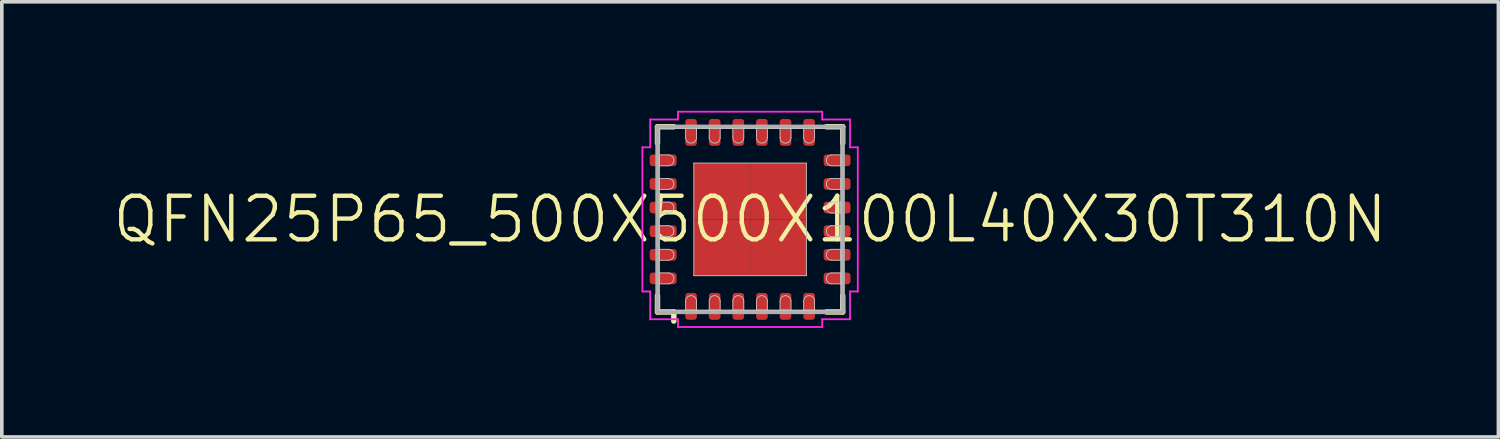
<source format=kicad_pcb>
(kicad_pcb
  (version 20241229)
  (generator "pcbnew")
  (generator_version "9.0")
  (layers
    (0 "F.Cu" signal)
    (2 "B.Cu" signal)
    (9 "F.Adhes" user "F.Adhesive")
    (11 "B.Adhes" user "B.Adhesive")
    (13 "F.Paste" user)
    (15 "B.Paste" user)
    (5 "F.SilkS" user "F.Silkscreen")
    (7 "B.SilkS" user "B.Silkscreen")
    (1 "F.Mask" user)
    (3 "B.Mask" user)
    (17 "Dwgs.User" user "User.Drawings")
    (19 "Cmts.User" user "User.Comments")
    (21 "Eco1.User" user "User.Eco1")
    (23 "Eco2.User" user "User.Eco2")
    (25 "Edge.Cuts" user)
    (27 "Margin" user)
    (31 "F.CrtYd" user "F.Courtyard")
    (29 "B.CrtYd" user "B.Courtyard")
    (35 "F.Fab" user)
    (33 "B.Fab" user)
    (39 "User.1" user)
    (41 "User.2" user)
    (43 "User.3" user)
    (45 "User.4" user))
  (footprint "QFN25P65_500X500X100L40X30T310N"
    (layer "F.Cu")
    (at 17.603 2.99)
    (property "Reference" "QFN25P65_500X500X100L40X30T310N" (at 0 0 0) (layer "F.SilkS") (effects (font (size 1.2 1.2) (thickness 0.12))))
    (attr smd)
    (fp_line (start -2.55 -2.55) (end -2.55 -2.1) (stroke (width 0.15) (type solid)) (layer "F.SilkS"))
    (fp_line (start -2.55 2.55) (end -2.55 2.1) (stroke (width 0.15) (type solid)) (layer "F.SilkS"))
    (fp_line (start -2.1 -2.55) (end -2.55 -2.55) (stroke (width 0.15) (type solid)) (layer "F.SilkS"))
    (fp_line (start -2.1 2.55) (end -2.55 2.55) (stroke (width 0.15) (type solid)) (layer "F.SilkS"))
    (fp_line (start -2.1 2.8) (end -2.1 2.55) (stroke (width 0.15) (type solid)) (layer "F.SilkS"))
    (fp_line (start 2.1 -2.55) (end 2.55 -2.55) (stroke (width 0.15) (type solid)) (layer "F.SilkS"))
    (fp_line (start 2.1 2.55) (end 2.55 2.55) (stroke (width 0.15) (type solid)) (layer "F.SilkS"))
    (fp_line (start 2.55 -2.55) (end 2.55 -2.1) (stroke (width 0.15) (type solid)) (layer "F.SilkS"))
    (fp_line (start 2.55 2.55) (end 2.55 2.1) (stroke (width 0.15) (type solid)) (layer "F.SilkS"))
    (fp_line (start -2.5 -2.5) (end 2.5 -2.5) (stroke (width 0.025) (type solid)) (layer "Dwgs.User"))
    (fp_line (start -2.5 -1.775) (end -2.5 -1.475) (stroke (width 0.025) (type solid)) (layer "Dwgs.User"))
    (fp_line (start -2.5 -1.475) (end -2.25 -1.475) (stroke (width 0.025) (type solid)) (layer "Dwgs.User"))
    (fp_line (start -2.5 -1.125) (end -2.5 -0.825) (stroke (width 0.025) (type solid)) (layer "Dwgs.User"))
    (fp_line (start -2.5 -0.825) (end -2.25 -0.825) (stroke (width 0.025) (type solid)) (layer "Dwgs.User"))
    (fp_line (start -2.5 -0.475) (end -2.5 -0.175) (stroke (width 0.025) (type solid)) (layer "Dwgs.User"))
    (fp_line (start -2.5 -0.175) (end -2.25 -0.175) (stroke (width 0.025) (type solid)) (layer "Dwgs.User"))
    (fp_line (start -2.5 0.175) (end -2.5 0.475) (stroke (width 0.025) (type solid)) (layer "Dwgs.User"))
    (fp_line (start -2.5 0.475) (end -2.25 0.475) (stroke (width 0.025) (type solid)) (layer "Dwgs.User"))
    (fp_line (start -2.5 0.825) (end -2.5 1.125) (stroke (width 0.025) (type solid)) (layer "Dwgs.User"))
    (fp_line (start -2.5 1.125) (end -2.25 1.125) (stroke (width 0.025) (type solid)) (layer "Dwgs.User"))
    (fp_line (start -2.5 1.475) (end -2.5 1.775) (stroke (width 0.025) (type solid)) (layer "Dwgs.User"))
    (fp_line (start -2.5 1.775) (end -2.25 1.775) (stroke (width 0.025) (type solid)) (layer "Dwgs.User"))
    (fp_line (start -2.5 2.5) (end -2.5 -2.5) (stroke (width 0.025) (type solid)) (layer "Dwgs.User"))
    (fp_line (start -2.25 -1.775) (end -2.5 -1.775) (stroke (width 0.025) (type solid)) (layer "Dwgs.User"))
    (fp_line (start -2.25 -1.125) (end -2.5 -1.125) (stroke (width 0.025) (type solid)) (layer "Dwgs.User"))
    (fp_line (start -2.25 -0.475) (end -2.5 -0.475) (stroke (width 0.025) (type solid)) (layer "Dwgs.User"))
    (fp_line (start -2.25 0.175) (end -2.5 0.175) (stroke (width 0.025) (type solid)) (layer "Dwgs.User"))
    (fp_line (start -2.25 0.825) (end -2.5 0.825) (stroke (width 0.025) (type solid)) (layer "Dwgs.User"))
    (fp_line (start -2.25 1.475) (end -2.5 1.475) (stroke (width 0.025) (type solid)) (layer "Dwgs.User"))
    (fp_line (start -1.775 -2.5) (end -1.775 -2.25) (stroke (width 0.025) (type solid)) (layer "Dwgs.User"))
    (fp_line (start -1.775 2.25) (end -1.775 2.5) (stroke (width 0.025) (type solid)) (layer "Dwgs.User"))
    (fp_line (start -1.775 2.5) (end -1.475 2.5) (stroke (width 0.025) (type solid)) (layer "Dwgs.User"))
    (fp_line (start -1.55 -1.55) (end 1.55 -1.55) (stroke (width 0.025) (type solid)) (layer "Dwgs.User"))
    (fp_line (start -1.55 1.55) (end -1.55 -1.55) (stroke (width 0.025) (type solid)) (layer "Dwgs.User"))
    (fp_line (start -1.475 -2.5) (end -1.775 -2.5) (stroke (width 0.025) (type solid)) (layer "Dwgs.User"))
    (fp_line (start -1.475 -2.25) (end -1.475 -2.5) (stroke (width 0.025) (type solid)) (layer "Dwgs.User"))
    (fp_line (start -1.475 2.5) (end -1.475 2.25) (stroke (width 0.025) (type solid)) (layer "Dwgs.User"))
    (fp_line (start -1.125 -2.5) (end -1.125 -2.25) (stroke (width 0.025) (type solid)) (layer "Dwgs.User"))
    (fp_line (start -1.125 2.25) (end -1.125 2.5) (stroke (width 0.025) (type solid)) (layer "Dwgs.User"))
    (fp_line (start -1.125 2.5) (end -0.825 2.5) (stroke (width 0.025) (type solid)) (layer "Dwgs.User"))
    (fp_line (start -0.825 -2.5) (end -1.125 -2.5) (stroke (width 0.025) (type solid)) (layer "Dwgs.User"))
    (fp_line (start -0.825 -2.25) (end -0.825 -2.5) (stroke (width 0.025) (type solid)) (layer "Dwgs.User"))
    (fp_line (start -0.825 2.5) (end -0.825 2.25) (stroke (width 0.025) (type solid)) (layer "Dwgs.User"))
    (fp_line (start -0.475 -2.5) (end -0.475 -2.25) (stroke (width 0.025) (type solid)) (layer "Dwgs.User"))
    (fp_line (start -0.475 2.25) (end -0.475 2.5) (stroke (width 0.025) (type solid)) (layer "Dwgs.User"))
    (fp_line (start -0.475 2.5) (end -0.175 2.5) (stroke (width 0.025) (type solid)) (layer "Dwgs.User"))
    (fp_line (start -0.175 -2.5) (end -0.475 -2.5) (stroke (width 0.025) (type solid)) (layer "Dwgs.User"))
    (fp_line (start -0.175 -2.25) (end -0.175 -2.5) (stroke (width 0.025) (type solid)) (layer "Dwgs.User"))
    (fp_line (start -0.175 2.5) (end -0.175 2.25) (stroke (width 0.025) (type solid)) (layer "Dwgs.User"))
    (fp_line (start 0.175 -2.5) (end 0.175 -2.25) (stroke (width 0.025) (type solid)) (layer "Dwgs.User"))
    (fp_line (start 0.175 2.25) (end 0.175 2.5) (stroke (width 0.025) (type solid)) (layer "Dwgs.User"))
    (fp_line (start 0.175 2.5) (end 0.475 2.5) (stroke (width 0.025) (type solid)) (layer "Dwgs.User"))
    (fp_line (start 0.475 -2.5) (end 0.175 -2.5) (stroke (width 0.025) (type solid)) (layer "Dwgs.User"))
    (fp_line (start 0.475 -2.25) (end 0.475 -2.5) (stroke (width 0.025) (type solid)) (layer "Dwgs.User"))
    (fp_line (start 0.475 2.5) (end 0.475 2.25) (stroke (width 0.025) (type solid)) (layer "Dwgs.User"))
    (fp_line (start 0.825 -2.5) (end 0.825 -2.25) (stroke (width 0.025) (type solid)) (layer "Dwgs.User"))
    (fp_line (start 0.825 2.25) (end 0.825 2.5) (stroke (width 0.025) (type solid)) (layer "Dwgs.User"))
    (fp_line (start 0.825 2.5) (end 1.125 2.5) (stroke (width 0.025) (type solid)) (layer "Dwgs.User"))
    (fp_line (start 1.125 -2.5) (end 0.825 -2.5) (stroke (width 0.025) (type solid)) (layer "Dwgs.User"))
    (fp_line (start 1.125 -2.25) (end 1.125 -2.5) (stroke (width 0.025) (type solid)) (layer "Dwgs.User"))
    (fp_line (start 1.125 2.5) (end 1.125 2.25) (stroke (width 0.025) (type solid)) (layer "Dwgs.User"))
    (fp_line (start 1.475 -2.5) (end 1.475 -2.25) (stroke (width 0.025) (type solid)) (layer "Dwgs.User"))
    (fp_line (start 1.475 2.25) (end 1.475 2.5) (stroke (width 0.025) (type solid)) (layer "Dwgs.User"))
    (fp_line (start 1.475 2.5) (end 1.775 2.5) (stroke (width 0.025) (type solid)) (layer "Dwgs.User"))
    (fp_line (start 1.55 -1.55) (end 1.55 1.55) (stroke (width 0.025) (type solid)) (layer "Dwgs.User"))
    (fp_line (start 1.55 1.55) (end -1.55 1.55) (stroke (width 0.025) (type solid)) (layer "Dwgs.User"))
    (fp_line (start 1.775 -2.5) (end 1.475 -2.5) (stroke (width 0.025) (type solid)) (layer "Dwgs.User"))
    (fp_line (start 1.775 -2.25) (end 1.775 -2.5) (stroke (width 0.025) (type solid)) (layer "Dwgs.User"))
    (fp_line (start 1.775 2.5) (end 1.775 2.25) (stroke (width 0.025) (type solid)) (layer "Dwgs.User"))
    (fp_line (start 2.25 -1.475) (end 2.5 -1.475) (stroke (width 0.025) (type solid)) (layer "Dwgs.User"))
    (fp_line (start 2.25 -0.825) (end 2.5 -0.825) (stroke (width 0.025) (type solid)) (layer "Dwgs.User"))
    (fp_line (start 2.25 -0.175) (end 2.5 -0.175) (stroke (width 0.025) (type solid)) (layer "Dwgs.User"))
    (fp_line (start 2.25 0.475) (end 2.5 0.475) (stroke (width 0.025) (type solid)) (layer "Dwgs.User"))
    (fp_line (start 2.25 1.125) (end 2.5 1.125) (stroke (width 0.025) (type solid)) (layer "Dwgs.User"))
    (fp_line (start 2.25 1.775) (end 2.5 1.775) (stroke (width 0.025) (type solid)) (layer "Dwgs.User"))
    (fp_line (start 2.5 -2.5) (end 2.5 2.5) (stroke (width 0.025) (type solid)) (layer "Dwgs.User"))
    (fp_line (start 2.5 -1.775) (end 2.25 -1.775) (stroke (width 0.025) (type solid)) (layer "Dwgs.User"))
    (fp_line (start 2.5 -1.475) (end 2.5 -1.775) (stroke (width 0.025) (type solid)) (layer "Dwgs.User"))
    (fp_line (start 2.5 -1.125) (end 2.25 -1.125) (stroke (width 0.025) (type solid)) (layer "Dwgs.User"))
    (fp_line (start 2.5 -0.825) (end 2.5 -1.125) (stroke (width 0.025) (type solid)) (layer "Dwgs.User"))
    (fp_line (start 2.5 -0.475) (end 2.25 -0.475) (stroke (width 0.025) (type solid)) (layer "Dwgs.User"))
    (fp_line (start 2.5 -0.175) (end 2.5 -0.475) (stroke (width 0.025) (type solid)) (layer "Dwgs.User"))
    (fp_line (start 2.5 0.175) (end 2.25 0.175) (stroke (width 0.025) (type solid)) (layer "Dwgs.User"))
    (fp_line (start 2.5 0.475) (end 2.5 0.175) (stroke (width 0.025) (type solid)) (layer "Dwgs.User"))
    (fp_line (start 2.5 0.825) (end 2.25 0.825) (stroke (width 0.025) (type solid)) (layer "Dwgs.User"))
    (fp_line (start 2.5 1.125) (end 2.5 0.825) (stroke (width 0.025) (type solid)) (layer "Dwgs.User"))
    (fp_line (start 2.5 1.475) (end 2.25 1.475) (stroke (width 0.025) (type solid)) (layer "Dwgs.User"))
    (fp_line (start 2.5 1.775) (end 2.5 1.475) (stroke (width 0.025) (type solid)) (layer "Dwgs.User"))
    (fp_line (start 2.5 2.5) (end -2.5 2.5) (stroke (width 0.025) (type solid)) (layer "Dwgs.User"))
    (fp_arc (start -2.25 -1.775) (mid -2.1 -1.625) (end -2.25 -1.475) (stroke (width 0.025) (type solid)) (layer "Dwgs.User"))
    (fp_arc (start -2.25 -1.125) (mid -2.1 -0.975) (end -2.25 -0.825) (stroke (width 0.025) (type solid)) (layer "Dwgs.User"))
    (fp_arc (start -2.25 -0.475) (mid -2.1 -0.325) (end -2.25 -0.175) (stroke (width 0.025) (type solid)) (layer "Dwgs.User"))
    (fp_arc (start -2.25 0.175) (mid -2.1 0.325) (end -2.25 0.475) (stroke (width 0.025) (type solid)) (layer "Dwgs.User"))
    (fp_arc (start -2.25 0.825) (mid -2.1 0.975) (end -2.25 1.125) (stroke (width 0.025) (type solid)) (layer "Dwgs.User"))
    (fp_arc (start -2.25 1.475) (mid -2.1 1.625) (end -2.25 1.775) (stroke (width 0.025) (type solid)) (layer "Dwgs.User"))
    (fp_arc (start -1.775 2.25) (mid -1.625 2.1) (end -1.475 2.25) (stroke (width 0.025) (type solid)) (layer "Dwgs.User"))
    (fp_arc (start -1.475 -2.25) (mid -1.625 -2.1) (end -1.775 -2.25) (stroke (width 0.025) (type solid)) (layer "Dwgs.User"))
    (fp_arc (start -1.125 2.25) (mid -0.975 2.1) (end -0.825 2.25) (stroke (width 0.025) (type solid)) (layer "Dwgs.User"))
    (fp_arc (start -0.825 -2.25) (mid -0.975 -2.1) (end -1.125 -2.25) (stroke (width 0.025) (type solid)) (layer "Dwgs.User"))
    (fp_arc (start -0.475 2.25) (mid -0.325 2.1) (end -0.175 2.25) (stroke (width 0.025) (type solid)) (layer "Dwgs.User"))
    (fp_arc (start -0.175 -2.25) (mid -0.325 -2.1) (end -0.475 -2.25) (stroke (width 0.025) (type solid)) (layer "Dwgs.User"))
    (fp_arc (start 0.175 2.25) (mid 0.325 2.1) (end 0.475 2.25) (stroke (width 0.025) (type solid)) (layer "Dwgs.User"))
    (fp_arc (start 0.475 -2.25) (mid 0.325 -2.1) (end 0.175 -2.25) (stroke (width 0.025) (type solid)) (layer "Dwgs.User"))
    (fp_arc (start 0.825 2.25) (mid 0.975 2.1) (end 1.125 2.25) (stroke (width 0.025) (type solid)) (layer "Dwgs.User"))
    (fp_arc (start 1.125 -2.25) (mid 0.975 -2.1) (end 0.825 -2.25) (stroke (width 0.025) (type solid)) (layer "Dwgs.User"))
    (fp_arc (start 1.475 2.25) (mid 1.625 2.1) (end 1.775 2.25) (stroke (width 0.025) (type solid)) (layer "Dwgs.User"))
    (fp_arc (start 1.775 -2.25) (mid 1.625 -2.1) (end 1.475 -2.25) (stroke (width 0.025) (type solid)) (layer "Dwgs.User"))
    (fp_arc (start 2.25 -1.475) (mid 2.1 -1.625) (end 2.25 -1.775) (stroke (width 0.025) (type solid)) (layer "Dwgs.User"))
    (fp_arc (start 2.25 -0.825) (mid 2.1 -0.975) (end 2.25 -1.125) (stroke (width 0.025) (type solid)) (layer "Dwgs.User"))
    (fp_arc (start 2.25 -0.175) (mid 2.1 -0.325) (end 2.25 -0.475) (stroke (width 0.025) (type solid)) (layer "Dwgs.User"))
    (fp_arc (start 2.25 0.475) (mid 2.1 0.325) (end 2.25 0.175) (stroke (width 0.025) (type solid)) (layer "Dwgs.User"))
    (fp_arc (start 2.25 1.125) (mid 2.1 0.975) (end 2.25 0.825) (stroke (width 0.025) (type solid)) (layer "Dwgs.User"))
    (fp_arc (start 2.25 1.775) (mid 2.1 1.625) (end 2.25 1.475) (stroke (width 0.025) (type solid)) (layer "Dwgs.User"))
    (fp_line (start -2.965 -1.985) (end -2.965 1.985) (stroke (width 0.05) (type solid)) (layer "F.CrtYd"))
    (fp_line (start -2.965 1.985) (end -2.75 1.985) (stroke (width 0.05) (type solid)) (layer "F.CrtYd"))
    (fp_line (start -2.75 -2.75) (end -2.75 -1.985) (stroke (width 0.05) (type solid)) (layer "F.CrtYd"))
    (fp_line (start -2.75 -1.985) (end -2.965 -1.985) (stroke (width 0.05) (type solid)) (layer "F.CrtYd"))
    (fp_line (start -2.75 1.985) (end -2.75 2.75) (stroke (width 0.05) (type solid)) (layer "F.CrtYd"))
    (fp_line (start -2.75 2.75) (end -1.985 2.75) (stroke (width 0.05) (type solid)) (layer "F.CrtYd"))
    (fp_line (start -1.985 -2.965) (end -1.985 -2.75) (stroke (width 0.05) (type solid)) (layer "F.CrtYd"))
    (fp_line (start -1.985 -2.75) (end -2.75 -2.75) (stroke (width 0.05) (type solid)) (layer "F.CrtYd"))
    (fp_line (start -1.985 2.75) (end -1.985 2.965) (stroke (width 0.05) (type solid)) (layer "F.CrtYd"))
    (fp_line (start -1.985 2.965) (end 1.985 2.965) (stroke (width 0.05) (type solid)) (layer "F.CrtYd"))
    (fp_line (start 1.985 -2.965) (end -1.985 -2.965) (stroke (width 0.05) (type solid)) (layer "F.CrtYd"))
    (fp_line (start 1.985 -2.75) (end 1.985 -2.965) (stroke (width 0.05) (type solid)) (layer "F.CrtYd"))
    (fp_line (start 1.985 2.75) (end 2.75 2.75) (stroke (width 0.05) (type solid)) (layer "F.CrtYd"))
    (fp_line (start 1.985 2.965) (end 1.985 2.75) (stroke (width 0.05) (type solid)) (layer "F.CrtYd"))
    (fp_line (start 2.75 -2.75) (end 1.985 -2.75) (stroke (width 0.05) (type solid)) (layer "F.CrtYd"))
    (fp_line (start 2.75 -1.985) (end 2.75 -2.75) (stroke (width 0.05) (type solid)) (layer "F.CrtYd"))
    (fp_line (start 2.75 1.985) (end 2.965 1.985) (stroke (width 0.05) (type solid)) (layer "F.CrtYd"))
    (fp_line (start 2.75 2.75) (end 2.75 1.985) (stroke (width 0.05) (type solid)) (layer "F.CrtYd"))
    (fp_line (start 2.965 -1.985) (end 2.75 -1.985) (stroke (width 0.05) (type solid)) (layer "F.CrtYd"))
    (fp_line (start 2.965 1.985) (end 2.965 -1.985) (stroke (width 0.05) (type solid)) (layer "F.CrtYd"))
    (fp_line (start -2.55 -2.55) (end 2.55 -2.55) (stroke (width 0.12) (type solid)) (layer "F.Fab"))
    (fp_line (start -2.55 2.55) (end -2.55 -2.55) (stroke (width 0.12) (type solid)) (layer "F.Fab"))
    (fp_line (start 2.55 -2.55) (end 2.55 2.55) (stroke (width 0.12) (type solid)) (layer "F.Fab"))
    (fp_line (start 2.55 2.55) (end -2.55 2.55) (stroke (width 0.12) (type solid)) (layer "F.Fab"))
    (pad "" smd rect (at -0.775 -0.775 90) (size 1.1 1.1) (layers "F.Paste"))
    (pad "" smd rect (at -0.775 0.775 90) (size 1.1 1.1) (layers "F.Paste"))
    (pad "" smd rect (at 0.775 -0.775 90) (size 1.1 1.1) (layers "F.Paste"))
    (pad "" smd rect (at 0.775 0.775 90) (size 1.1 1.1) (layers "F.Paste"))
    (pad "1" smd roundrect (at -1.625 2.395 90) (size 0.74 0.32) (layers "F.Cu" "F.Mask" "F.Paste") (roundrect_rratio 0.25))
    (pad "2" smd roundrect (at -0.975 2.395 90) (size 0.74 0.32) (layers "F.Cu" "F.Mask" "F.Paste") (roundrect_rratio 0.25))
    (pad "3" smd roundrect (at -0.325 2.395 90) (size 0.74 0.32) (layers "F.Cu" "F.Mask" "F.Paste") (roundrect_rratio 0.25))
    (pad "4" smd roundrect (at 0.325 2.395 90) (size 0.74 0.32) (layers "F.Cu" "F.Mask" "F.Paste") (roundrect_rratio 0.25))
    (pad "5" smd roundrect (at 0.975 2.395 90) (size 0.74 0.32) (layers "F.Cu" "F.Mask" "F.Paste") (roundrect_rratio 0.25))
    (pad "6" smd roundrect (at 1.625 2.395 90) (size 0.74 0.32) (layers "F.Cu" "F.Mask" "F.Paste") (roundrect_rratio 0.25))
    (pad "7" smd roundrect (at 2.395 1.625) (size 0.74 0.32) (layers "F.Cu" "F.Mask" "F.Paste") (roundrect_rratio 0.25))
    (pad "8" smd roundrect (at 2.395 0.975) (size 0.74 0.32) (layers "F.Cu" "F.Mask" "F.Paste") (roundrect_rratio 0.25))
    (pad "9" smd roundrect (at 2.395 0.325) (size 0.74 0.32) (layers "F.Cu" "F.Mask" "F.Paste") (roundrect_rratio 0.25))
    (pad "10" smd roundrect (at 2.395 -0.325) (size 0.74 0.32) (layers "F.Cu" "F.Mask" "F.Paste") (roundrect_rratio 0.25))
    (pad "11" smd roundrect (at 2.395 -0.975) (size 0.74 0.32) (layers "F.Cu" "F.Mask" "F.Paste") (roundrect_rratio 0.25))
    (pad "12" smd roundrect (at 2.395 -1.625) (size 0.74 0.32) (layers "F.Cu" "F.Mask" "F.Paste") (roundrect_rratio 0.25))
    (pad "13" smd roundrect (at 1.625 -2.395 90) (size 0.74 0.32) (layers "F.Cu" "F.Mask" "F.Paste") (roundrect_rratio 0.25))
    (pad "14" smd roundrect (at 0.975 -2.395 90) (size 0.74 0.32) (layers "F.Cu" "F.Mask" "F.Paste") (roundrect_rratio 0.25))
    (pad "15" smd roundrect (at 0.325 -2.395 90) (size 0.74 0.32) (layers "F.Cu" "F.Mask" "F.Paste") (roundrect_rratio 0.25))
    (pad "16" smd roundrect (at -0.325 -2.395 90) (size 0.74 0.32) (layers "F.Cu" "F.Mask" "F.Paste") (roundrect_rratio 0.25))
    (pad "17" smd roundrect (at -0.975 -2.395 90) (size 0.74 0.32) (layers "F.Cu" "F.Mask" "F.Paste") (roundrect_rratio 0.25))
    (pad "18" smd roundrect (at -1.625 -2.395 90) (size 0.74 0.32) (layers "F.Cu" "F.Mask" "F.Paste") (roundrect_rratio 0.25))
    (pad "19" smd roundrect (at -2.395 -1.625) (size 0.74 0.32) (layers "F.Cu" "F.Mask" "F.Paste") (roundrect_rratio 0.25))
    (pad "20" smd roundrect (at -2.395 -0.975) (size 0.74 0.32) (layers "F.Cu" "F.Mask" "F.Paste") (roundrect_rratio 0.25))
    (pad "21" smd roundrect (at -2.395 -0.325) (size 0.74 0.32) (layers "F.Cu" "F.Mask" "F.Paste") (roundrect_rratio 0.25))
    (pad "22" smd roundrect (at -2.395 0.325) (size 0.74 0.32) (layers "F.Cu" "F.Mask" "F.Paste") (roundrect_rratio 0.25))
    (pad "23" smd roundrect (at -2.395 0.975) (size 0.74 0.32) (layers "F.Cu" "F.Mask" "F.Paste") (roundrect_rratio 0.25))
    (pad "24" smd roundrect (at -2.395 1.625) (size 0.74 0.32) (layers "F.Cu" "F.Mask" "F.Paste") (roundrect_rratio 0.25))
    (pad "25" smd rect (at -0.775 -0.775) (size 1.55 1.55) (layers "F.Cu" "F.Mask" "F.Paste"))
    (pad "25" smd rect (at -0.775 0.775) (size 1.55 1.55) (layers "F.Cu" "F.Mask" "F.Paste"))
    (pad "25" smd rect (at 0.775 -0.775) (size 1.55 1.55) (layers "F.Cu" "F.Mask" "F.Paste"))
    (pad "25" smd rect (at 0.775 0.775) (size 1.55 1.55) (layers "F.Cu" "F.Mask" "F.Paste")))
  (gr_rect
    (start -3 -3)
    (end 38.206 8.98)
    (stroke (width 0.1) (type default))
    (fill no)
    (layer "Edge.Cuts")))
</source>
